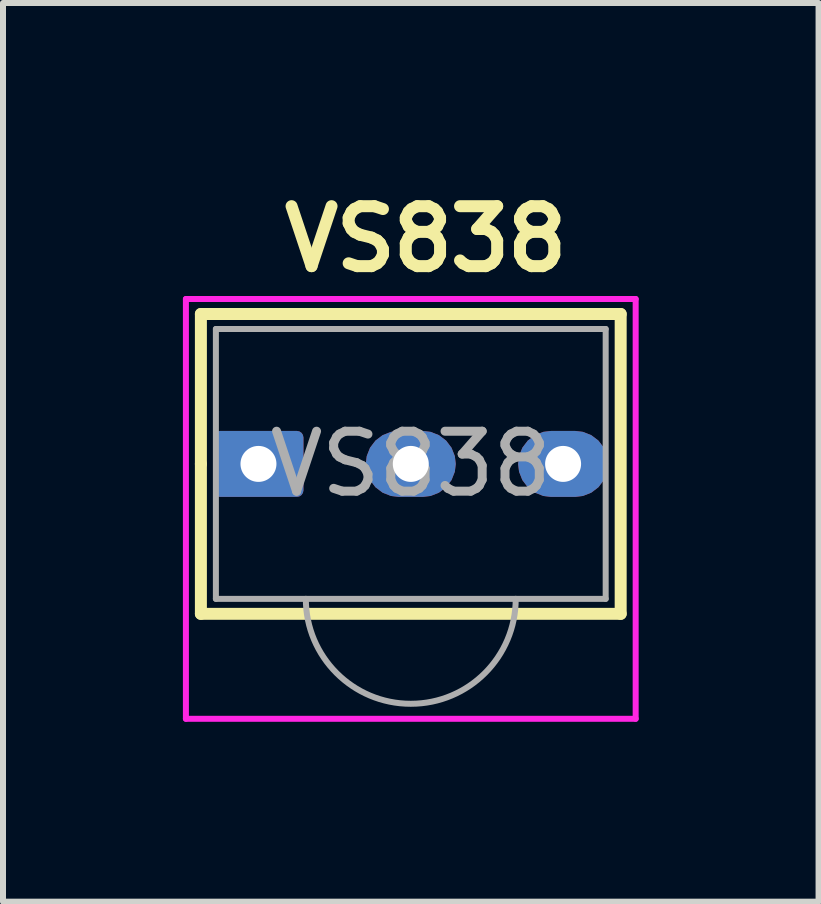
<source format=kicad_pcb>
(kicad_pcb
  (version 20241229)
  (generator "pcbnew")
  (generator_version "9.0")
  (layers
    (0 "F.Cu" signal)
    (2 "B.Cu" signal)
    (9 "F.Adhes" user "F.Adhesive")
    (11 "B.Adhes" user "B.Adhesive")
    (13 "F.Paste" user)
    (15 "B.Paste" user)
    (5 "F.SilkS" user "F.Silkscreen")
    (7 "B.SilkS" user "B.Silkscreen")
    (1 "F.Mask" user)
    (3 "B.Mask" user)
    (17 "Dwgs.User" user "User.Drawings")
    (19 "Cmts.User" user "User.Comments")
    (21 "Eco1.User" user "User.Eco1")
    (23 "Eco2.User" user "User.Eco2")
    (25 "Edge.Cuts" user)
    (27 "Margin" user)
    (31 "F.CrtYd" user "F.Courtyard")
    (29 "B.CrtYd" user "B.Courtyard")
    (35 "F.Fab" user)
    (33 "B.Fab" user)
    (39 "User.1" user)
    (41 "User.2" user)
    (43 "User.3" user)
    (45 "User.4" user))
  (footprint "VS838"
    (layer "F.Cu")
    (at 1.26 4.686)
    (property "Reference" "VS838" (at 2.79 -3.75 0) (layer "F.SilkS") (effects (font (size 1 1) (thickness 0.2))))
    (attr through_hole)
    (fp_line (start -0.96 -2.5) (end 6.04 -2.5) (stroke (width 0.2) (type solid)) (layer "F.SilkS"))
    (fp_line (start -0.96 0) (end -0.96 -2.5) (stroke (width 0.2) (type solid)) (layer "F.SilkS"))
    (fp_line (start -0.96 2.5) (end -0.96 0) (stroke (width 0.2) (type solid)) (layer "F.SilkS"))
    (fp_line (start 6.04 -2.5) (end 6.04 2.5) (stroke (width 0.2) (type solid)) (layer "F.SilkS"))
    (fp_line (start 6.04 2.5) (end -0.96 2.5) (stroke (width 0.2) (type solid)) (layer "F.SilkS"))
    (fp_line (start -1.21 -2.75) (end 6.29 -2.75) (stroke (width 0.1) (type solid)) (layer "F.CrtYd"))
    (fp_line (start -1.21 4.25) (end -1.21 -2.75) (stroke (width 0.1) (type solid)) (layer "F.CrtYd"))
    (fp_line (start 6.29 -2.75) (end 6.29 4.25) (stroke (width 0.1) (type solid)) (layer "F.CrtYd"))
    (fp_line (start 6.29 4.25) (end -1.21 4.25) (stroke (width 0.1) (type solid)) (layer "F.CrtYd"))
    (fp_line (start -0.71 -2.25) (end 5.79 -2.25) (stroke (width 0.1) (type solid)) (layer "F.Fab"))
    (fp_line (start -0.71 2.25) (end -0.71 -2.25) (stroke (width 0.1) (type solid)) (layer "F.Fab"))
    (fp_line (start 5.79 -2.25) (end 5.79 2.25) (stroke (width 0.1) (type solid)) (layer "F.Fab"))
    (fp_line (start 5.79 2.25) (end -0.71 2.25) (stroke (width 0.1) (type solid)) (layer "F.Fab"))
    (fp_arc (start 4.29 2.25) (mid 2.54 4) (end 0.79 2.25) (stroke (width 0.1) (type solid)) (layer "F.Fab"))
    (fp_text user "${REFERENCE}" (at 2.54 0 0) (layer "F.Fab") (effects (font (size 1 1) (thickness 0.15))))
    (pad "1" thru_hole roundrect (at 0 0) (size 1.5 1.1) (drill 0.6) (layers "*.Cu" "*.Mask") (roundrect_rratio 0.1))
    (pad "2" thru_hole roundrect (at 2.54 0) (size 1.5 1.1) (drill 0.6) (layers "*.Cu" "*.Mask") (roundrect_rratio 0.5))
    (pad "3" thru_hole roundrect (at 5.08 0) (size 1.5 1.1) (drill 0.6) (layers "*.Cu" "*.Mask") (roundrect_rratio 0.5)))
  (gr_rect
    (start -3 -3)
    (end 10.6 11.986)
    (stroke (width 0.1) (type default))
    (fill no)
    (layer "Edge.Cuts")))
</source>
